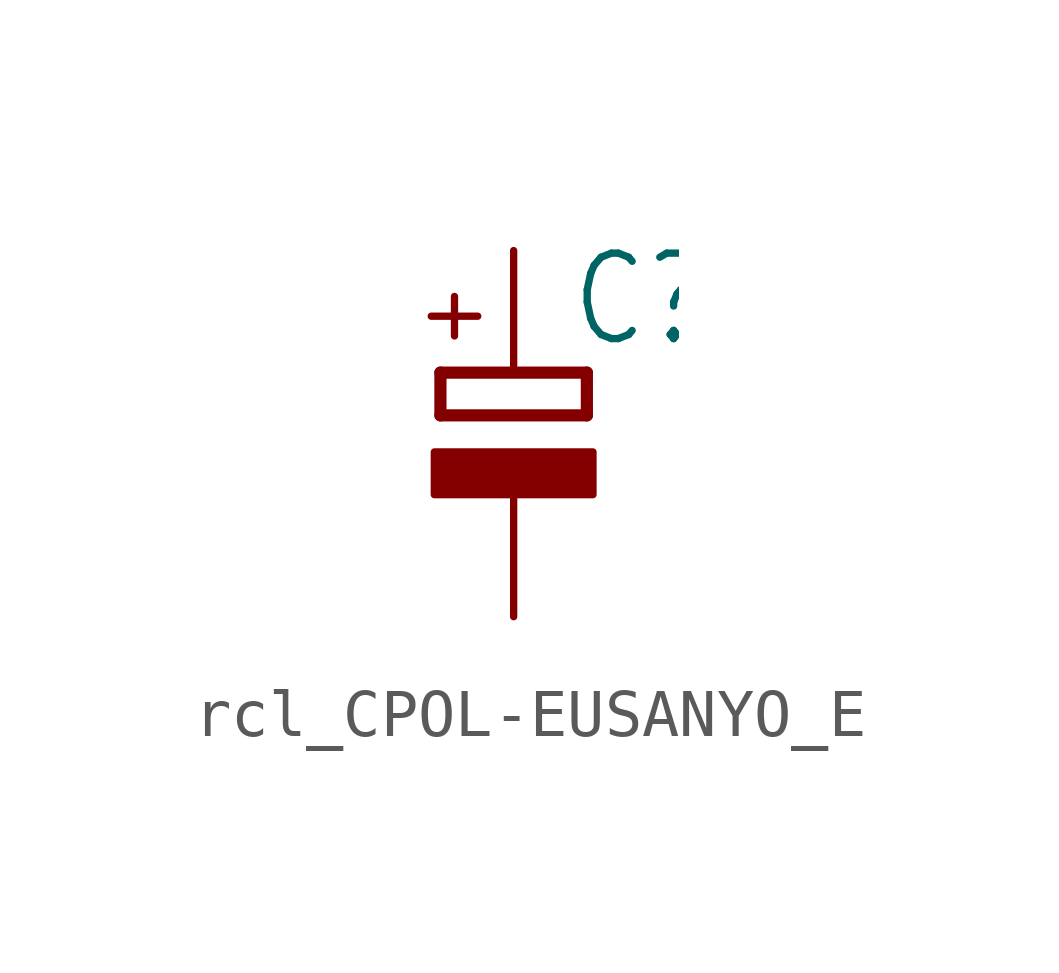
<source format=kicad_sym>
(kicad_symbol_lib
  (version 20231120)
  (generator "kicad_symbol_editor")
  (generator_version "8.0")
  (symbol "rcl_CPOL-EUSANYO_E"
    (property "Reference" "C"
      (at 1.143 0.483 0)
      (effects (font (size 1.778 1.511)) (justify left bottom)))
    (property "Value" ""
      (at 1.143 -4.597 0)
      (effects (font (size 1.778 1.511)) (justify left bottom)))
    (property "ki_locked" ""
      (at 0 0 0)
      (effects (font (size 1.27 1.27))))
    (symbol "rcl_CPOL-EUSANYO_E_1_0"
      (rectangle (start -1.651 -2.54) (end 1.651 -1.651) (stroke (width 0) (type default)) (fill (type outline)))
      (polyline (pts (xy -1.524 -0.889) (xy 1.524 -0.889)) (stroke (width 0.254) (type solid)) (fill (type none)))
      (polyline (pts (xy -1.524 0) (xy -1.524 -0.889)) (stroke (width 0.254) (type solid)) (fill (type none)))
      (polyline (pts (xy -1.524 0) (xy 1.524 0)) (stroke (width 0.254) (type solid)) (fill (type none)))
      (polyline (pts (xy 1.524 -0.889) (xy 1.524 0)) (stroke (width 0.254) (type solid)) (fill (type none)))
      (text "+" (at -0.584 0.406 900) (effects (font (size 1.27 1.079)) (justify left bottom)))
      (pin passive line (at 0 2.54 270) (length 2.54) (name "+" (effects (font (size 0 0)))) (number "+" (effects (font (size 0 0)))))
      (pin passive line (at 0 -5.08 90) (length 2.54) (name "-" (effects (font (size 0 0)))) (number "-" (effects (font (size 0 0))))))))
</source>
